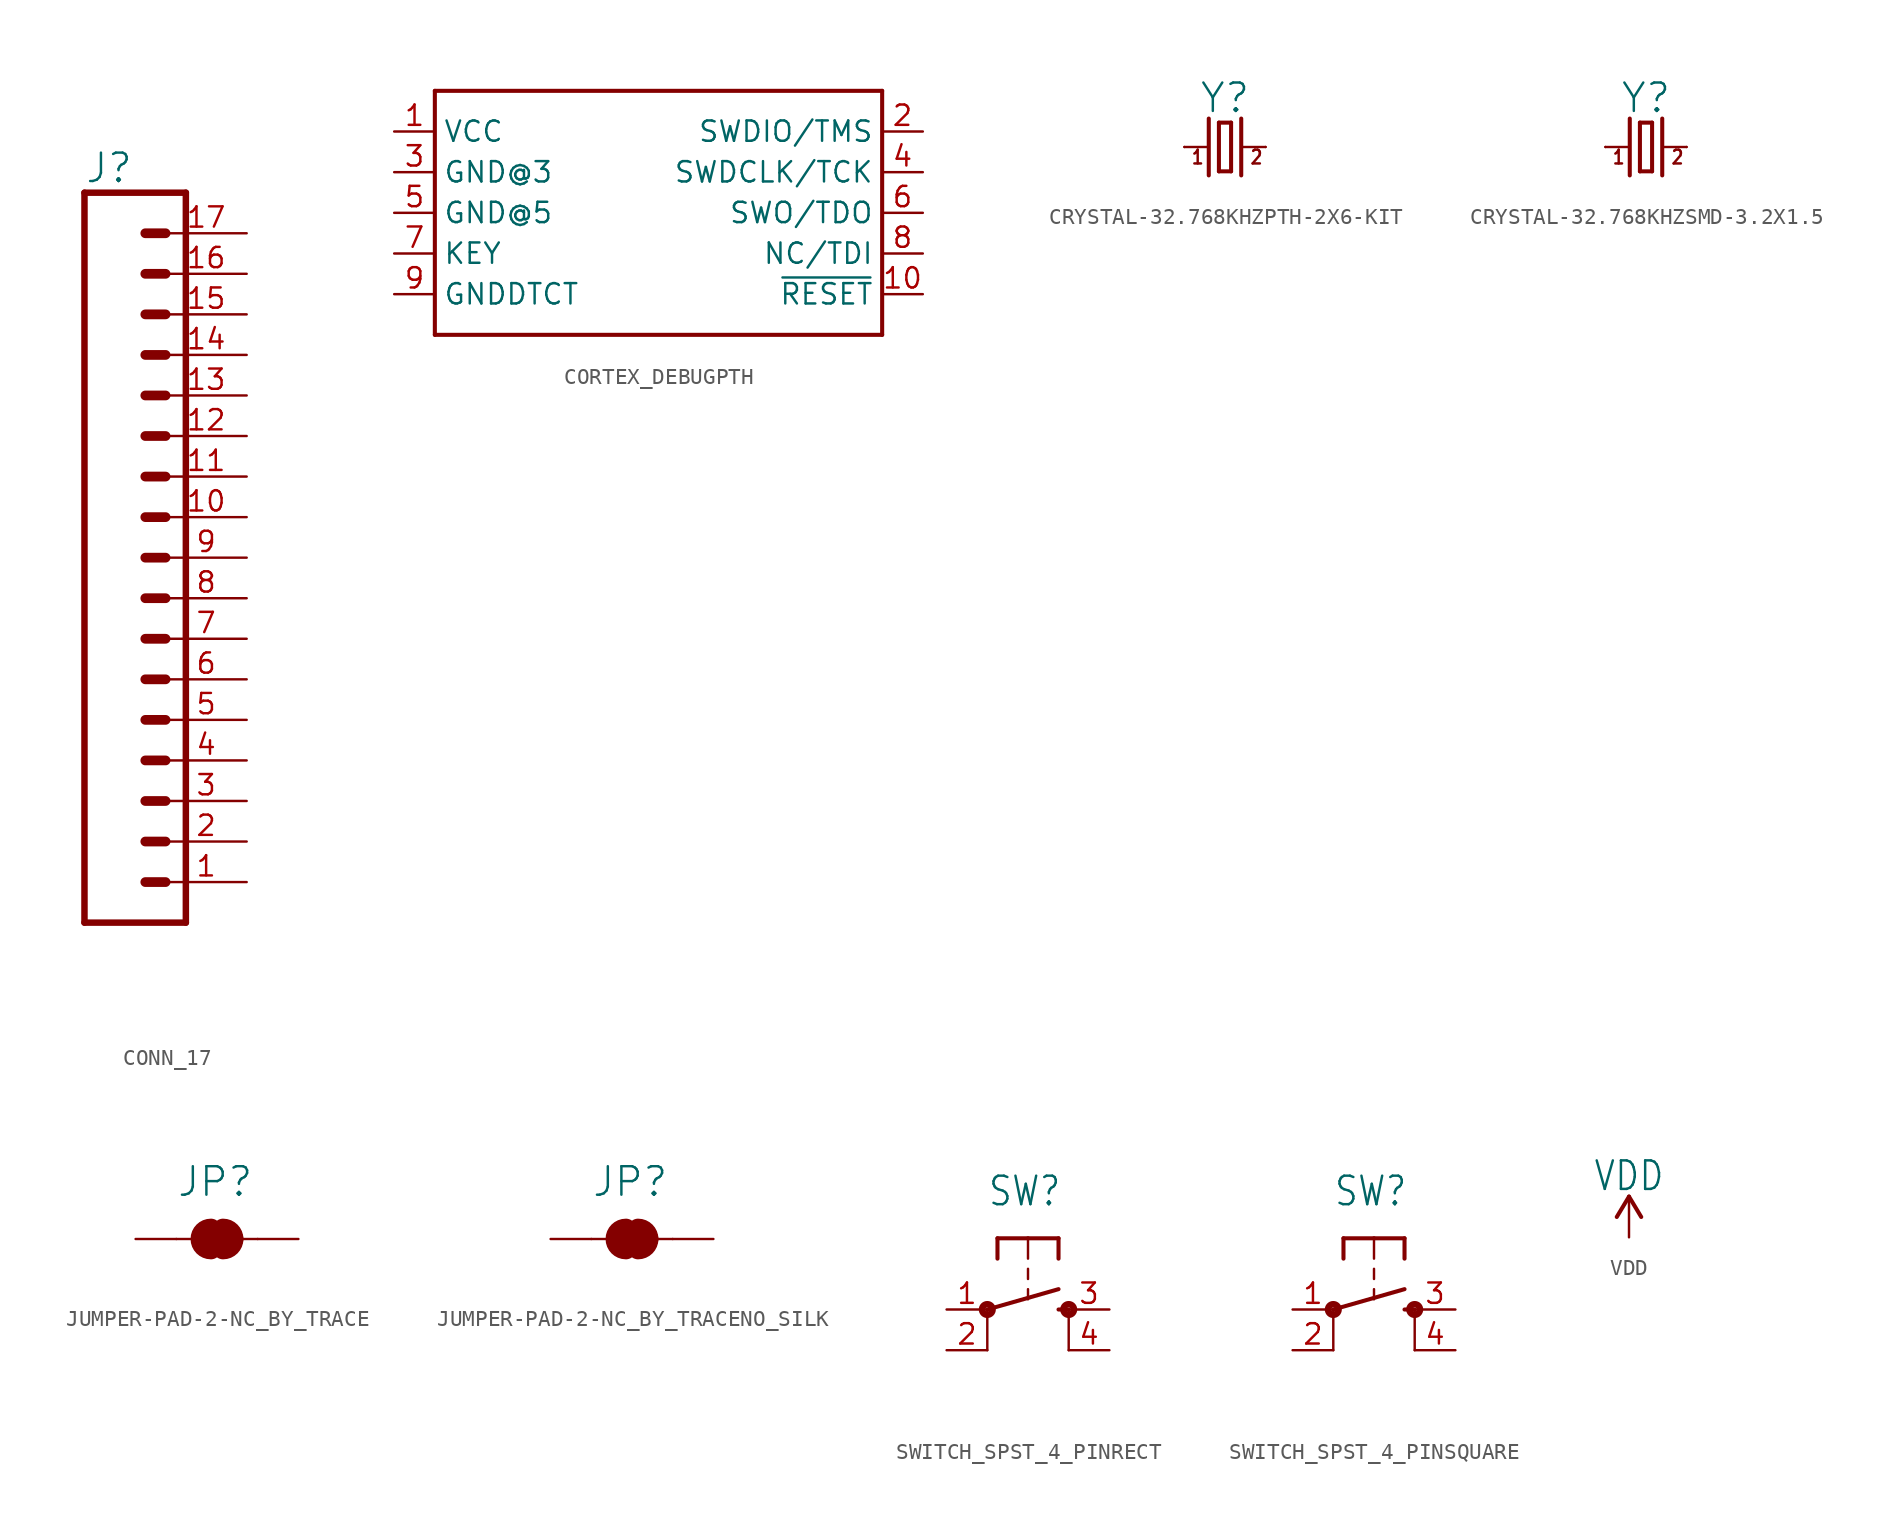
<source format=kicad_sym>
(kicad_symbol_lib
  (version 20220914)
  (generator kicad_symbol_editor)
  (symbol "CONN_17"
    (property "Reference" "J"
      (at 0 23.368 0)
      (effects (font (size 1.778 1.778)) (justify left bottom)))
    (property "Value" ""
      (at 0 -25.146 0)
      (effects (font (size 1.778 1.778)) (justify left bottom)))
    (property "ki_locked" ""
      (at 0 0 0)
      (effects (font (size 1.27 1.27))))
    (symbol "CONN_17_1_0"
      (polyline (pts (xy 0 22.86) (xy 0 -22.86)) (stroke (width 0.406) (type solid)) (fill (type none)))
      (polyline (pts (xy 0 22.86) (xy 6.35 22.86)) (stroke (width 0.406) (type solid)) (fill (type none)))
      (polyline (pts (xy 3.81 -20.32) (xy 5.08 -20.32)) (stroke (width 0.61) (type solid)) (fill (type none)))
      (polyline (pts (xy 3.81 -17.78) (xy 5.08 -17.78)) (stroke (width 0.61) (type solid)) (fill (type none)))
      (polyline (pts (xy 3.81 -15.24) (xy 5.08 -15.24)) (stroke (width 0.61) (type solid)) (fill (type none)))
      (polyline (pts (xy 3.81 -12.7) (xy 5.08 -12.7)) (stroke (width 0.61) (type solid)) (fill (type none)))
      (polyline (pts (xy 3.81 -10.16) (xy 5.08 -10.16)) (stroke (width 0.61) (type solid)) (fill (type none)))
      (polyline (pts (xy 3.81 -7.62) (xy 5.08 -7.62)) (stroke (width 0.61) (type solid)) (fill (type none)))
      (polyline (pts (xy 3.81 -5.08) (xy 5.08 -5.08)) (stroke (width 0.61) (type solid)) (fill (type none)))
      (polyline (pts (xy 3.81 -2.54) (xy 5.08 -2.54)) (stroke (width 0.61) (type solid)) (fill (type none)))
      (polyline (pts (xy 3.81 0) (xy 5.08 0)) (stroke (width 0.61) (type solid)) (fill (type none)))
      (polyline (pts (xy 3.81 2.54) (xy 5.08 2.54)) (stroke (width 0.61) (type solid)) (fill (type none)))
      (polyline (pts (xy 3.81 5.08) (xy 5.08 5.08)) (stroke (width 0.61) (type solid)) (fill (type none)))
      (polyline (pts (xy 3.81 7.62) (xy 5.08 7.62)) (stroke (width 0.61) (type solid)) (fill (type none)))
      (polyline (pts (xy 3.81 10.16) (xy 5.08 10.16)) (stroke (width 0.61) (type solid)) (fill (type none)))
      (polyline (pts (xy 3.81 12.7) (xy 5.08 12.7)) (stroke (width 0.61) (type solid)) (fill (type none)))
      (polyline (pts (xy 3.81 15.24) (xy 5.08 15.24)) (stroke (width 0.61) (type solid)) (fill (type none)))
      (polyline (pts (xy 3.81 17.78) (xy 5.08 17.78)) (stroke (width 0.61) (type solid)) (fill (type none)))
      (polyline (pts (xy 3.81 20.32) (xy 5.08 20.32)) (stroke (width 0.61) (type solid)) (fill (type none)))
      (polyline (pts (xy 6.35 -22.86) (xy 0 -22.86)) (stroke (width 0.406) (type solid)) (fill (type none)))
      (polyline (pts (xy 6.35 -22.86) (xy 6.35 22.86)) (stroke (width 0.406) (type solid)) (fill (type none)))
      (pin passive line (at 10.16 -20.32 180) (length 5.08) (name "1" (effects (font (size 0 0)))) (number "1" (effects (font (size 1.27 1.27)))))
      (pin passive line (at 10.16 2.54 180) (length 5.08) (name "10" (effects (font (size 0 0)))) (number "10" (effects (font (size 1.27 1.27)))))
      (pin passive line (at 10.16 5.08 180) (length 5.08) (name "11" (effects (font (size 0 0)))) (number "11" (effects (font (size 1.27 1.27)))))
      (pin passive line (at 10.16 7.62 180) (length 5.08) (name "12" (effects (font (size 0 0)))) (number "12" (effects (font (size 1.27 1.27)))))
      (pin passive line (at 10.16 10.16 180) (length 5.08) (name "13" (effects (font (size 0 0)))) (number "13" (effects (font (size 1.27 1.27)))))
      (pin passive line (at 10.16 12.7 180) (length 5.08) (name "14" (effects (font (size 0 0)))) (number "14" (effects (font (size 1.27 1.27)))))
      (pin passive line (at 10.16 15.24 180) (length 5.08) (name "15" (effects (font (size 0 0)))) (number "15" (effects (font (size 1.27 1.27)))))
      (pin passive line (at 10.16 17.78 180) (length 5.08) (name "16" (effects (font (size 0 0)))) (number "16" (effects (font (size 1.27 1.27)))))
      (pin passive line (at 10.16 20.32 180) (length 5.08) (name "17" (effects (font (size 0 0)))) (number "17" (effects (font (size 1.27 1.27)))))
      (pin passive line (at 10.16 -17.78 180) (length 5.08) (name "2" (effects (font (size 0 0)))) (number "2" (effects (font (size 1.27 1.27)))))
      (pin passive line (at 10.16 -15.24 180) (length 5.08) (name "3" (effects (font (size 0 0)))) (number "3" (effects (font (size 1.27 1.27)))))
      (pin passive line (at 10.16 -12.7 180) (length 5.08) (name "4" (effects (font (size 0 0)))) (number "4" (effects (font (size 1.27 1.27)))))
      (pin passive line (at 10.16 -10.16 180) (length 5.08) (name "5" (effects (font (size 0 0)))) (number "5" (effects (font (size 1.27 1.27)))))
      (pin passive line (at 10.16 -7.62 180) (length 5.08) (name "6" (effects (font (size 0 0)))) (number "6" (effects (font (size 1.27 1.27)))))
      (pin passive line (at 10.16 -5.08 180) (length 5.08) (name "7" (effects (font (size 0 0)))) (number "7" (effects (font (size 1.27 1.27)))))
      (pin passive line (at 10.16 -2.54 180) (length 5.08) (name "8" (effects (font (size 0 0)))) (number "8" (effects (font (size 1.27 1.27)))))
      (pin passive line (at 10.16 0 180) (length 5.08) (name "9" (effects (font (size 0 0)))) (number "9" (effects (font (size 1.27 1.27)))))))
  (symbol "CORTEX_DEBUGPTH"
    (property "Reference" "J"
      (at -12.7 7.874 0)
      (effects (font (size 1.778 1.778)) (justify left bottom) hide))
    (property "ki_locked" ""
      (at 0 0 0)
      (effects (font (size 1.27 1.27))))
    (symbol "CORTEX_DEBUGPTH_1_0"
      (polyline (pts (xy -12.7 -7.62) (xy -12.7 7.62)) (stroke (width 0.254) (type solid)) (fill (type none)))
      (polyline (pts (xy -12.7 7.62) (xy 15.24 7.62)) (stroke (width 0.254) (type solid)) (fill (type none)))
      (polyline (pts (xy 15.24 -7.62) (xy -12.7 -7.62)) (stroke (width 0.254) (type solid)) (fill (type none)))
      (polyline (pts (xy 15.24 7.62) (xy 15.24 -7.62)) (stroke (width 0.254) (type solid)) (fill (type none)))
      (pin bidirectional line (at -15.24 5.08 0) (length 2.54) (name "VCC" (effects (font (size 1.27 1.27)))) (number "1" (effects (font (size 1.27 1.27)))))
      (pin bidirectional line (at 17.78 -5.08 180) (length 2.54) (name "~{RESET}" (effects (font (size 1.27 1.27)))) (number "10" (effects (font (size 1.27 1.27)))))
      (pin bidirectional line (at 17.78 5.08 180) (length 2.54) (name "SWDIO/TMS" (effects (font (size 1.27 1.27)))) (number "2" (effects (font (size 1.27 1.27)))))
      (pin bidirectional line (at -15.24 2.54 0) (length 2.54) (name "GND@3" (effects (font (size 1.27 1.27)))) (number "3" (effects (font (size 1.27 1.27)))))
      (pin bidirectional line (at 17.78 2.54 180) (length 2.54) (name "SWDCLK/TCK" (effects (font (size 1.27 1.27)))) (number "4" (effects (font (size 1.27 1.27)))))
      (pin bidirectional line (at -15.24 0 0) (length 2.54) (name "GND@5" (effects (font (size 1.27 1.27)))) (number "5" (effects (font (size 1.27 1.27)))))
      (pin bidirectional line (at 17.78 0 180) (length 2.54) (name "SWO/TDO" (effects (font (size 1.27 1.27)))) (number "6" (effects (font (size 1.27 1.27)))))
      (pin bidirectional line (at -15.24 -2.54 0) (length 2.54) (name "KEY" (effects (font (size 1.27 1.27)))) (number "7" (effects (font (size 1.27 1.27)))))
      (pin bidirectional line (at 17.78 -2.54 180) (length 2.54) (name "NC/TDI" (effects (font (size 1.27 1.27)))) (number "8" (effects (font (size 1.27 1.27)))))
      (pin bidirectional line (at -15.24 -5.08 0) (length 2.54) (name "GNDDTCT" (effects (font (size 1.27 1.27)))) (number "9" (effects (font (size 1.27 1.27)))))))
  (symbol "CRYSTAL-32.768KHZPTH-2X6-KIT"
    (property "Reference" "Y"
      (at 0 2.032 0)
      (effects (font (size 1.778 1.778)) (justify bottom)))
    (property "Value" ""
      (at 0 -2.032 0)
      (effects (font (size 1.778 1.778)) (justify top)))
    (property "ki_locked" ""
      (at 0 0 0)
      (effects (font (size 1.27 1.27))))
    (symbol "CRYSTAL-32.768KHZPTH-2X6-KIT_1_0"
      (polyline (pts (xy -2.54 0) (xy -1.016 0)) (stroke (width 0.152) (type solid)) (fill (type none)))
      (polyline (pts (xy -1.016 1.778) (xy -1.016 -1.778)) (stroke (width 0.254) (type solid)) (fill (type none)))
      (polyline (pts (xy -0.381 -1.524) (xy 0.381 -1.524)) (stroke (width 0.254) (type solid)) (fill (type none)))
      (polyline (pts (xy -0.381 1.524) (xy -0.381 -1.524)) (stroke (width 0.254) (type solid)) (fill (type none)))
      (polyline (pts (xy 0.381 -1.524) (xy 0.381 1.524)) (stroke (width 0.254) (type solid)) (fill (type none)))
      (polyline (pts (xy 0.381 1.524) (xy -0.381 1.524)) (stroke (width 0.254) (type solid)) (fill (type none)))
      (polyline (pts (xy 1.016 0) (xy 2.54 0)) (stroke (width 0.152) (type solid)) (fill (type none)))
      (polyline (pts (xy 1.016 1.778) (xy 1.016 -1.778)) (stroke (width 0.254) (type solid)) (fill (type none)))
      (text "1" (at -2.159 -1.143 0) (effects (font (size 0.864 0.734)) (justify left bottom)))
      (text "2" (at 1.524 -1.143 0) (effects (font (size 0.864 0.734)) (justify left bottom)))
      (pin passive line (at -2.54 0 0) (length 0) (name "1" (effects (font (size 0 0)))) (number "1" (effects (font (size 0 0)))))
      (pin passive line (at 2.54 0 180) (length 0) (name "2" (effects (font (size 0 0)))) (number "2" (effects (font (size 0 0)))))))
  (symbol "CRYSTAL-32.768KHZSMD-3.2X1.5"
    (property "Reference" "Y"
      (at 0 2.032 0)
      (effects (font (size 1.778 1.778)) (justify bottom)))
    (property "Value" ""
      (at 0 -2.032 0)
      (effects (font (size 1.778 1.778)) (justify top)))
    (property "ki_locked" ""
      (at 0 0 0)
      (effects (font (size 1.27 1.27))))
    (symbol "CRYSTAL-32.768KHZSMD-3.2X1.5_1_0"
      (polyline (pts (xy -2.54 0) (xy -1.016 0)) (stroke (width 0.152) (type solid)) (fill (type none)))
      (polyline (pts (xy -1.016 1.778) (xy -1.016 -1.778)) (stroke (width 0.254) (type solid)) (fill (type none)))
      (polyline (pts (xy -0.381 -1.524) (xy 0.381 -1.524)) (stroke (width 0.254) (type solid)) (fill (type none)))
      (polyline (pts (xy -0.381 1.524) (xy -0.381 -1.524)) (stroke (width 0.254) (type solid)) (fill (type none)))
      (polyline (pts (xy 0.381 -1.524) (xy 0.381 1.524)) (stroke (width 0.254) (type solid)) (fill (type none)))
      (polyline (pts (xy 0.381 1.524) (xy -0.381 1.524)) (stroke (width 0.254) (type solid)) (fill (type none)))
      (polyline (pts (xy 1.016 0) (xy 2.54 0)) (stroke (width 0.152) (type solid)) (fill (type none)))
      (polyline (pts (xy 1.016 1.778) (xy 1.016 -1.778)) (stroke (width 0.254) (type solid)) (fill (type none)))
      (text "1" (at -2.159 -1.143 0) (effects (font (size 0.864 0.734)) (justify left bottom)))
      (text "2" (at 1.524 -1.143 0) (effects (font (size 0.864 0.734)) (justify left bottom)))
      (pin passive line (at -2.54 0 0) (length 0) (name "1" (effects (font (size 0 0)))) (number "P$1" (effects (font (size 0 0)))))
      (pin passive line (at 2.54 0 180) (length 0) (name "2" (effects (font (size 0 0)))) (number "P$2" (effects (font (size 0 0)))))))
  (symbol "JUMPER-PAD-2-NC_BY_TRACE"
    (property "Reference" "JP"
      (at -2.54 2.54 0)
      (effects (font (size 1.778 1.778)) (justify left bottom)))
    (property "Value" ""
      (at -2.54 -2.54 0)
      (effects (font (size 1.778 1.778)) (justify left top)))
    (property "ki_locked" ""
      (at 0 0 0)
      (effects (font (size 1.27 1.27))))
    (symbol "JUMPER-PAD-2-NC_BY_TRACE_1_0"
      (arc (start -0.3808 0.635) (mid -1.0159 0.0001) (end -0.381 -0.635) (stroke (width 1.27) (type solid)) (fill (type none)))
      (polyline (pts (xy -2.54 0) (xy -1.651 0)) (stroke (width 0.152) (type solid)) (fill (type none)))
      (polyline (pts (xy -0.762 0) (xy 1.016 0)) (stroke (width 0.254) (type solid)) (fill (type none)))
      (polyline (pts (xy 2.54 0) (xy 1.651 0)) (stroke (width 0.152) (type solid)) (fill (type none)))
      (arc (start 0.3809 -0.6351) (mid 0.83 -0.4491) (end 1.016 0) (stroke (width 1.27) (type solid)) (fill (type none)))
      (arc (start 1.0159 -0.0001) (mid 0.83 0.4489) (end 0.381 0.635) (stroke (width 1.27) (type solid)) (fill (type none)))
      (pin passive line (at -5.08 0 0) (length 2.54) (name "1" (effects (font (size 0 0)))) (number "1" (effects (font (size 0 0)))))
      (pin passive line (at 5.08 0 180) (length 2.54) (name "2" (effects (font (size 0 0)))) (number "2" (effects (font (size 0 0)))))))
  (symbol "JUMPER-PAD-2-NC_BY_TRACENO_SILK"
    (property "Reference" "JP"
      (at -2.54 2.54 0)
      (effects (font (size 1.778 1.778)) (justify left bottom)))
    (property "Value" ""
      (at -2.54 -2.54 0)
      (effects (font (size 1.778 1.778)) (justify left top)))
    (property "ki_locked" ""
      (at 0 0 0)
      (effects (font (size 1.27 1.27))))
    (symbol "JUMPER-PAD-2-NC_BY_TRACENO_SILK_1_0"
      (arc (start -0.3808 0.635) (mid -1.0159 0.0001) (end -0.381 -0.635) (stroke (width 1.27) (type solid)) (fill (type none)))
      (polyline (pts (xy -2.54 0) (xy -1.651 0)) (stroke (width 0.152) (type solid)) (fill (type none)))
      (polyline (pts (xy -0.762 0) (xy 1.016 0)) (stroke (width 0.254) (type solid)) (fill (type none)))
      (polyline (pts (xy 2.54 0) (xy 1.651 0)) (stroke (width 0.152) (type solid)) (fill (type none)))
      (arc (start 0.3809 -0.6351) (mid 0.83 -0.4491) (end 1.016 0) (stroke (width 1.27) (type solid)) (fill (type none)))
      (arc (start 1.0159 -0.0001) (mid 0.83 0.4489) (end 0.381 0.635) (stroke (width 1.27) (type solid)) (fill (type none)))
      (pin passive line (at -5.08 0 0) (length 2.54) (name "1" (effects (font (size 0 0)))) (number "1" (effects (font (size 0 0)))))
      (pin passive line (at 5.08 0 180) (length 2.54) (name "2" (effects (font (size 0 0)))) (number "2" (effects (font (size 0 0)))))))
  (symbol "SWITCH_SPST_4_PINRECT"
    (property "Reference" "SW"
      (at -2.54 6.35 0)
      (effects (font (size 1.778 1.511)) (justify left bottom)))
    (property "Value" ""
      (at -2.54 -6.35 0)
      (effects (font (size 1.778 1.511)) (justify left bottom)))
    (property "ki_locked" ""
      (at 0 0 0)
      (effects (font (size 1.27 1.27))))
    (symbol "SWITCH_SPST_4_PINRECT_1_0"
      (circle (center -2.54 0) (radius 0.127) (stroke (width 0.406) (type solid)) (fill (type none)))
      (polyline (pts (xy -2.54 -2.54) (xy -2.54 0)) (stroke (width 0.152) (type solid)) (fill (type none)))
      (polyline (pts (xy -2.54 0) (xy 1.905 1.27)) (stroke (width 0.254) (type solid)) (fill (type none)))
      (polyline (pts (xy -1.905 4.445) (xy -1.905 3.175)) (stroke (width 0.254) (type solid)) (fill (type none)))
      (polyline (pts (xy 0 1.27) (xy 0 0.635)) (stroke (width 0.152) (type solid)) (fill (type none)))
      (polyline (pts (xy 0 2.54) (xy 0 1.905)) (stroke (width 0.152) (type solid)) (fill (type none)))
      (polyline (pts (xy 0 4.445) (xy -1.905 4.445)) (stroke (width 0.254) (type solid)) (fill (type none)))
      (polyline (pts (xy 0 4.445) (xy 0 3.175)) (stroke (width 0.152) (type solid)) (fill (type none)))
      (polyline (pts (xy 1.905 0) (xy 2.54 0)) (stroke (width 0.254) (type solid)) (fill (type none)))
      (polyline (pts (xy 1.905 4.445) (xy 0 4.445)) (stroke (width 0.254) (type solid)) (fill (type none)))
      (polyline (pts (xy 1.905 4.445) (xy 1.905 3.175)) (stroke (width 0.254) (type solid)) (fill (type none)))
      (polyline (pts (xy 2.54 -2.54) (xy 2.54 0)) (stroke (width 0.152) (type solid)) (fill (type none)))
      (circle (center 2.54 0) (radius 0.127) (stroke (width 0.406) (type solid)) (fill (type none)))
      (pin passive line (at -5.08 0 0) (length 2.54) (name "1" (effects (font (size 0 0)))) (number "1" (effects (font (size 1.27 1.27)))))
      (pin passive line (at -5.08 -2.54 0) (length 2.54) (name "2" (effects (font (size 0 0)))) (number "2" (effects (font (size 1.27 1.27)))))
      (pin passive line (at 5.08 0 180) (length 2.54) (name "3" (effects (font (size 0 0)))) (number "3" (effects (font (size 1.27 1.27)))))
      (pin passive line (at 5.08 -2.54 180) (length 2.54) (name "4" (effects (font (size 0 0)))) (number "4" (effects (font (size 1.27 1.27)))))))
  (symbol "SWITCH_SPST_4_PINSQUARE"
    (property "Reference" "SW"
      (at -2.54 6.35 0)
      (effects (font (size 1.778 1.511)) (justify left bottom)))
    (property "Value" ""
      (at -2.54 -6.35 0)
      (effects (font (size 1.778 1.511)) (justify left bottom)))
    (property "ki_locked" ""
      (at 0 0 0)
      (effects (font (size 1.27 1.27))))
    (symbol "SWITCH_SPST_4_PINSQUARE_1_0"
      (circle (center -2.54 0) (radius 0.127) (stroke (width 0.406) (type solid)) (fill (type none)))
      (polyline (pts (xy -2.54 -2.54) (xy -2.54 0)) (stroke (width 0.152) (type solid)) (fill (type none)))
      (polyline (pts (xy -2.54 0) (xy 1.905 1.27)) (stroke (width 0.254) (type solid)) (fill (type none)))
      (polyline (pts (xy -1.905 4.445) (xy -1.905 3.175)) (stroke (width 0.254) (type solid)) (fill (type none)))
      (polyline (pts (xy 0 1.27) (xy 0 0.635)) (stroke (width 0.152) (type solid)) (fill (type none)))
      (polyline (pts (xy 0 2.54) (xy 0 1.905)) (stroke (width 0.152) (type solid)) (fill (type none)))
      (polyline (pts (xy 0 4.445) (xy -1.905 4.445)) (stroke (width 0.254) (type solid)) (fill (type none)))
      (polyline (pts (xy 0 4.445) (xy 0 3.175)) (stroke (width 0.152) (type solid)) (fill (type none)))
      (polyline (pts (xy 1.905 0) (xy 2.54 0)) (stroke (width 0.254) (type solid)) (fill (type none)))
      (polyline (pts (xy 1.905 4.445) (xy 0 4.445)) (stroke (width 0.254) (type solid)) (fill (type none)))
      (polyline (pts (xy 1.905 4.445) (xy 1.905 3.175)) (stroke (width 0.254) (type solid)) (fill (type none)))
      (polyline (pts (xy 2.54 -2.54) (xy 2.54 0)) (stroke (width 0.152) (type solid)) (fill (type none)))
      (circle (center 2.54 0) (radius 0.127) (stroke (width 0.406) (type solid)) (fill (type none)))
      (pin passive line (at -5.08 0 0) (length 2.54) (name "1" (effects (font (size 0 0)))) (number "1" (effects (font (size 1.27 1.27)))))
      (pin passive line (at -5.08 -2.54 0) (length 2.54) (name "2" (effects (font (size 0 0)))) (number "2" (effects (font (size 1.27 1.27)))))
      (pin passive line (at 5.08 0 180) (length 2.54) (name "3" (effects (font (size 0 0)))) (number "3" (effects (font (size 1.27 1.27)))))
      (pin passive line (at 5.08 -2.54 180) (length 2.54) (name "4" (effects (font (size 0 0)))) (number "4" (effects (font (size 1.27 1.27)))))))
  (symbol "VDD"
    (power)
    (property "Reference" "#SUPPLY"
      (at 0 0 0)
      (effects (font (size 1.27 1.27)) hide))
    (property "Value" "VDD"
      (at 0 2.794 0)
      (effects (font (size 1.778 1.511)) (justify bottom)))
    (property "ki_locked" ""
      (at 0 0 0)
      (effects (font (size 1.27 1.27))))
    (symbol "VDD_1_0"
      (polyline (pts (xy 0 2.54) (xy -0.762 1.27)) (stroke (width 0.254) (type solid)) (fill (type none)))
      (polyline (pts (xy 0.762 1.27) (xy 0 2.54)) (stroke (width 0.254) (type solid)) (fill (type none)))
      (pin power_in line (at 0 0 90) (length 2.54) (name "VDD" (effects (font (size 0 0)))) (number "1" (effects (font (size 0 0))))))))
</source>
